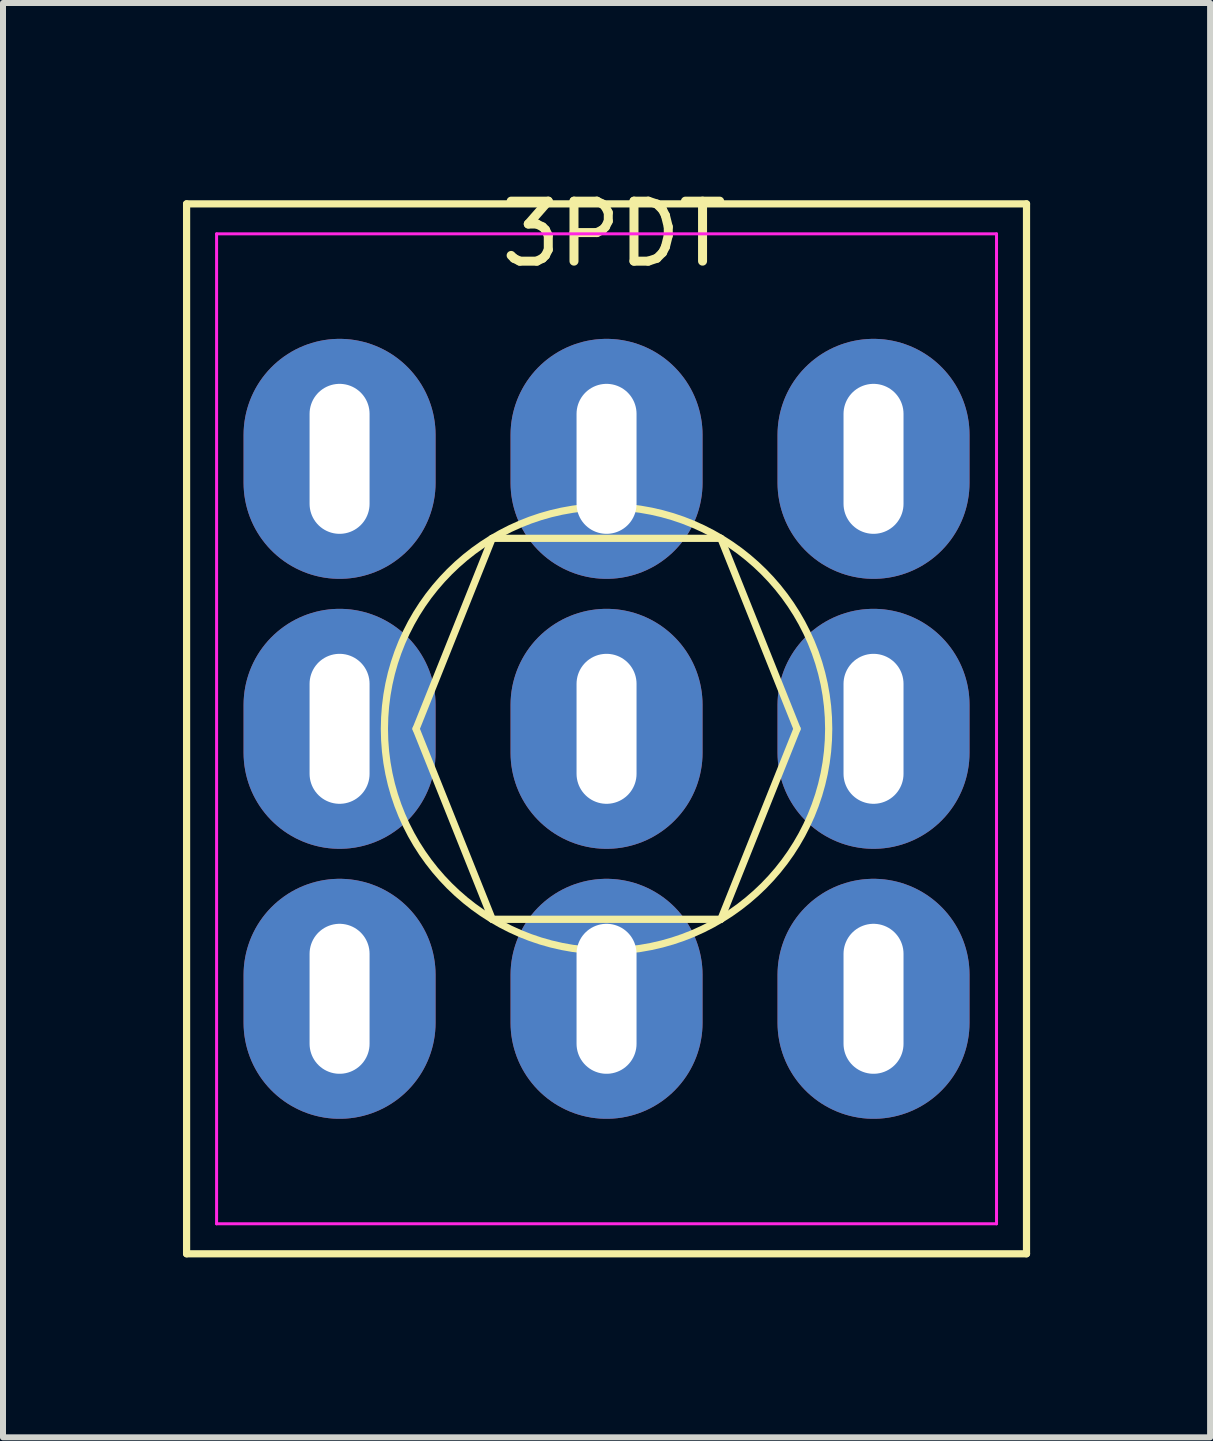
<source format=kicad_pcb>
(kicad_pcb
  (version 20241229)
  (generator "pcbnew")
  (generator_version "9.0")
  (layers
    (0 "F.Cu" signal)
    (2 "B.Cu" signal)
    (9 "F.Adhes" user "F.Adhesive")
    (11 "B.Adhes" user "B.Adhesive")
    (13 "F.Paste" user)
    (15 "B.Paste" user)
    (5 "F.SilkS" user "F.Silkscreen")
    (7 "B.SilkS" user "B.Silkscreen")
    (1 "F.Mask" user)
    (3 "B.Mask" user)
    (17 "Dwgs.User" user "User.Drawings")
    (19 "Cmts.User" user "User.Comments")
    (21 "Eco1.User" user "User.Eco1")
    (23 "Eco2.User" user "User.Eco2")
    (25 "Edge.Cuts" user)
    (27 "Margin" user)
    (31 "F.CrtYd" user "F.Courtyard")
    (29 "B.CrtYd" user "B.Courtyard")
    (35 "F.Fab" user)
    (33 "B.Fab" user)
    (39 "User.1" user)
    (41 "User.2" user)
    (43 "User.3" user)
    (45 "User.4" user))
  (footprint "3PDT"
    (layer "F.Cu")
    (at 7.06 9.098)
    (property "Reference" "3PDT" (at 0.124 -8.25 0) (layer "F.SilkS") (effects (font (size 1 1) (thickness 0.15))))
    (attr through_hole)
    (fp_line (start -7 -8.75) (end 7 -8.75) (stroke (width 0.12) (type solid)) (layer "F.SilkS"))
    (fp_line (start -7 8.75) (end -7 -8.75) (stroke (width 0.12) (type solid)) (layer "F.SilkS"))
    (fp_line (start -3.175 0) (end -1.905 -3.175) (stroke (width 0.12) (type solid)) (layer "F.SilkS"))
    (fp_line (start -1.905 -3.175) (end 1.905 -3.175) (stroke (width 0.12) (type solid)) (layer "F.SilkS"))
    (fp_line (start -1.905 3.175) (end -3.175 0) (stroke (width 0.12) (type solid)) (layer "F.SilkS"))
    (fp_line (start 1.905 -3.175) (end 3.175 0) (stroke (width 0.12) (type solid)) (layer "F.SilkS"))
    (fp_line (start 1.905 3.175) (end -1.905 3.175) (stroke (width 0.12) (type solid)) (layer "F.SilkS"))
    (fp_line (start 3.175 0) (end 1.905 3.175) (stroke (width 0.12) (type solid)) (layer "F.SilkS"))
    (fp_line (start 7 -8.75) (end 7 8.75) (stroke (width 0.12) (type solid)) (layer "F.SilkS"))
    (fp_line (start 7 8.75) (end -7 8.75) (stroke (width 0.12) (type solid)) (layer "F.SilkS"))
    (fp_circle (center 0 0) (end 1.905 3.175) (stroke (width 0.12) (type solid)) (fill no) (layer "F.SilkS"))
    (fp_line (start -6.5 -8.25) (end 6.5 -8.25) (stroke (width 0.05) (type solid)) (layer "F.CrtYd"))
    (fp_line (start -6.5 8.25) (end -6.5 -8.25) (stroke (width 0.05) (type solid)) (layer "F.CrtYd"))
    (fp_line (start 6.5 -8.25) (end 6.5 8.25) (stroke (width 0.05) (type solid)) (layer "F.CrtYd"))
    (fp_line (start 6.5 8.25) (end -6.5 8.25) (stroke (width 0.05) (type solid)) (layer "F.CrtYd"))
    (pad "1" thru_hole oval (at -4.45 4.5) (size 3.2 4) (drill oval 1 2.5) (layers "*.Cu" "*.Mask"))
    (pad "2" thru_hole oval (at 0 4.5) (size 3.2 4) (drill oval 1 2.5) (layers "*.Cu" "*.Mask"))
    (pad "3" thru_hole oval (at 4.45 4.5) (size 3.2 4) (drill oval 1 2.5) (layers "*.Cu" "*.Mask"))
    (pad "4" thru_hole oval (at -4.45 0 180) (size 3.2 4) (drill oval 1 2.5) (layers "*.Cu" "*.Mask"))
    (pad "5" thru_hole oval (at 0 0 180) (size 3.2 4) (drill oval 1 2.5) (layers "*.Cu" "*.Mask"))
    (pad "6" thru_hole oval (at 4.45 0 180) (size 3.2 4) (drill oval 1 2.5) (layers "*.Cu" "*.Mask"))
    (pad "7" thru_hole oval (at -4.45 -4.5 180) (size 3.2 4) (drill oval 1 2.5) (layers "*.Cu" "*.Mask"))
    (pad "8" thru_hole oval (at 0 -4.5 180) (size 3.2 4) (drill oval 1 2.5) (layers "*.Cu" "*.Mask"))
    (pad "9" thru_hole oval (at 4.45 -4.5 180) (size 3.2 4) (drill oval 1 2.5) (layers "*.Cu" "*.Mask")))
  (gr_rect
    (start -3 -3)
    (end 17.12 20.908)
    (stroke (width 0.1) (type default))
    (fill no)
    (layer "Edge.Cuts")))
</source>
